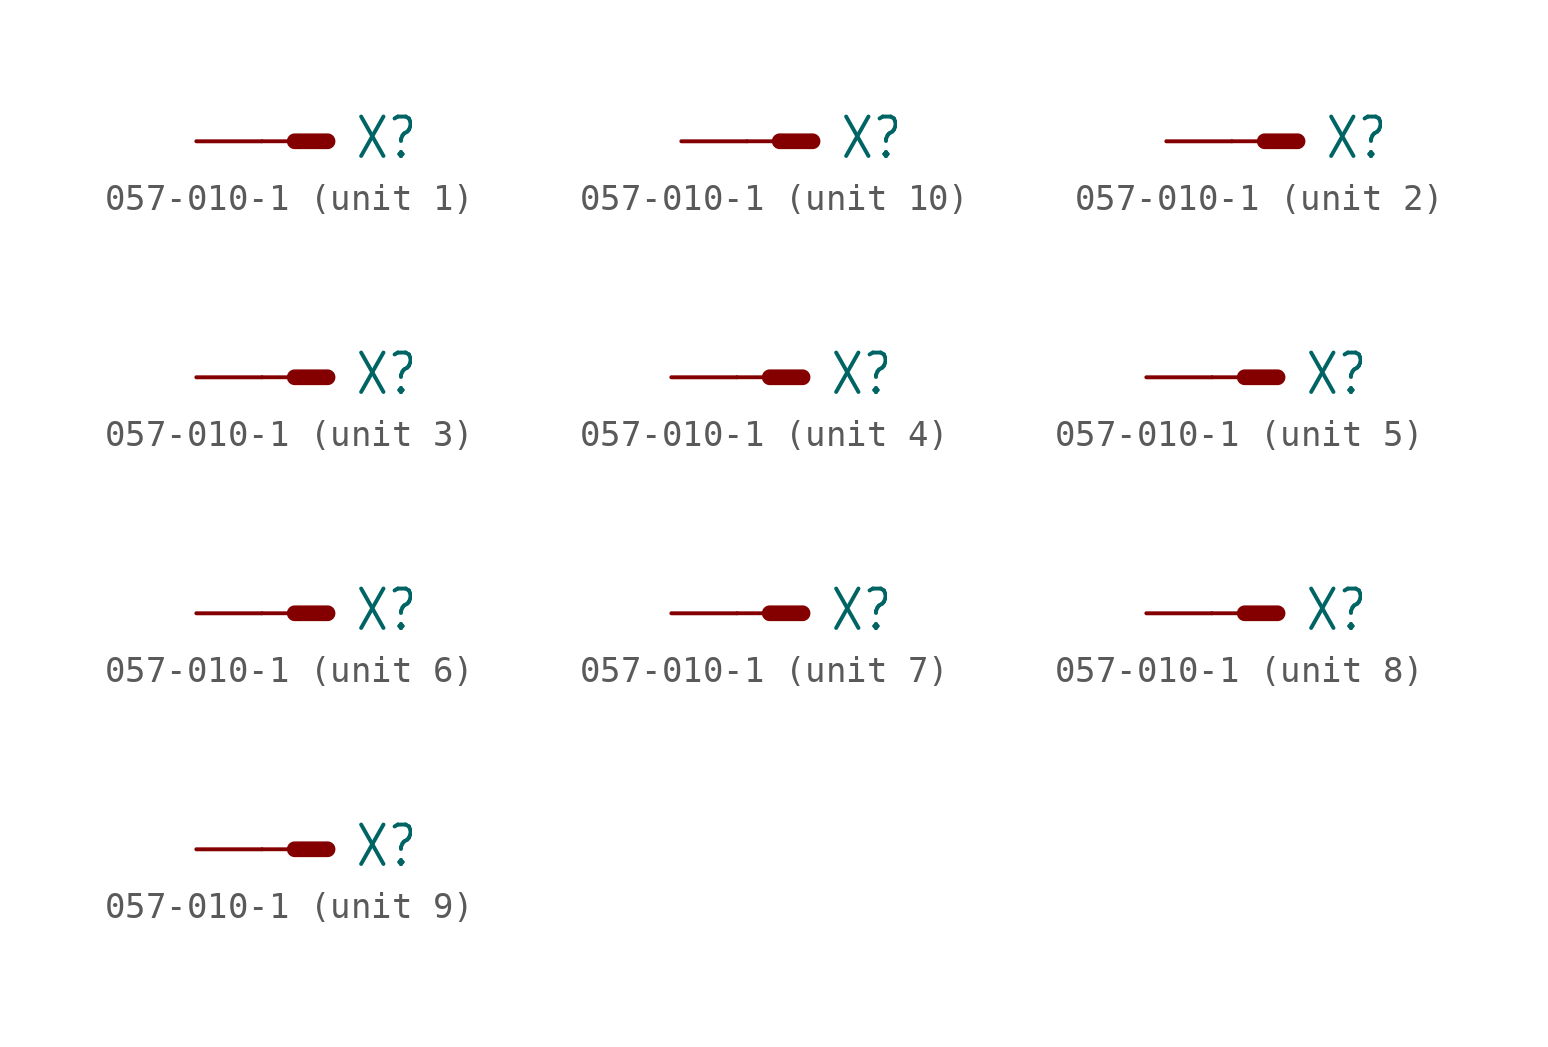
<source format=kicad_sym>
(kicad_symbol_lib
  (version 20211014)
  (generator kicad_symbol_editor)
  (symbol "057-010-1"
    (property "Reference" "X"
      (at 1.016 -0.762 0)
      (effects (font (size 1.524 1.295)) (justify left bottom)))
    (property "ki_locked" ""
      (at 0 0 0)
      (effects (font (size 1.27 1.27))))
    (symbol "057-010-1_1_0"
      (polyline (pts (xy -2.54 0) (xy -1.27 0)) (stroke (width 0.152) (type default) (color 0 0 0 0)) (fill (type none)))
      (polyline (pts (xy 0 0) (xy -1.27 0)) (stroke (width 0.61) (type default) (color 0 0 0 0)) (fill (type none)))
      (pin passive line (at -5.08 0 0) (length 2.54) (name "S" (effects (font (size 0 0)))) (number "1" (effects (font (size 0 0))))))
    (symbol "057-010-1_2_0"
      (polyline (pts (xy -2.54 0) (xy -1.27 0)) (stroke (width 0.152) (type default) (color 0 0 0 0)) (fill (type none)))
      (polyline (pts (xy 0 0) (xy -1.27 0)) (stroke (width 0.61) (type default) (color 0 0 0 0)) (fill (type none)))
      (pin passive line (at -5.08 0 0) (length 2.54) (name "S" (effects (font (size 0 0)))) (number "2" (effects (font (size 0 0))))))
    (symbol "057-010-1_3_0"
      (polyline (pts (xy -2.54 0) (xy -1.27 0)) (stroke (width 0.152) (type default) (color 0 0 0 0)) (fill (type none)))
      (polyline (pts (xy 0 0) (xy -1.27 0)) (stroke (width 0.61) (type default) (color 0 0 0 0)) (fill (type none)))
      (pin passive line (at -5.08 0 0) (length 2.54) (name "S" (effects (font (size 0 0)))) (number "3" (effects (font (size 0 0))))))
    (symbol "057-010-1_4_0"
      (polyline (pts (xy -2.54 0) (xy -1.27 0)) (stroke (width 0.152) (type default) (color 0 0 0 0)) (fill (type none)))
      (polyline (pts (xy 0 0) (xy -1.27 0)) (stroke (width 0.61) (type default) (color 0 0 0 0)) (fill (type none)))
      (pin passive line (at -5.08 0 0) (length 2.54) (name "S" (effects (font (size 0 0)))) (number "4" (effects (font (size 0 0))))))
    (symbol "057-010-1_5_0"
      (polyline (pts (xy -2.54 0) (xy -1.27 0)) (stroke (width 0.152) (type default) (color 0 0 0 0)) (fill (type none)))
      (polyline (pts (xy 0 0) (xy -1.27 0)) (stroke (width 0.61) (type default) (color 0 0 0 0)) (fill (type none)))
      (pin passive line (at -5.08 0 0) (length 2.54) (name "S" (effects (font (size 0 0)))) (number "5" (effects (font (size 0 0))))))
    (symbol "057-010-1_6_0"
      (polyline (pts (xy -2.54 0) (xy -1.27 0)) (stroke (width 0.152) (type default) (color 0 0 0 0)) (fill (type none)))
      (polyline (pts (xy 0 0) (xy -1.27 0)) (stroke (width 0.61) (type default) (color 0 0 0 0)) (fill (type none)))
      (pin passive line (at -5.08 0 0) (length 2.54) (name "S" (effects (font (size 0 0)))) (number "6" (effects (font (size 0 0))))))
    (symbol "057-010-1_7_0"
      (polyline (pts (xy -2.54 0) (xy -1.27 0)) (stroke (width 0.152) (type default) (color 0 0 0 0)) (fill (type none)))
      (polyline (pts (xy 0 0) (xy -1.27 0)) (stroke (width 0.61) (type default) (color 0 0 0 0)) (fill (type none)))
      (pin passive line (at -5.08 0 0) (length 2.54) (name "S" (effects (font (size 0 0)))) (number "7" (effects (font (size 0 0))))))
    (symbol "057-010-1_8_0"
      (polyline (pts (xy -2.54 0) (xy -1.27 0)) (stroke (width 0.152) (type default) (color 0 0 0 0)) (fill (type none)))
      (polyline (pts (xy 0 0) (xy -1.27 0)) (stroke (width 0.61) (type default) (color 0 0 0 0)) (fill (type none)))
      (pin passive line (at -5.08 0 0) (length 2.54) (name "S" (effects (font (size 0 0)))) (number "8" (effects (font (size 0 0))))))
    (symbol "057-010-1_9_0"
      (polyline (pts (xy -2.54 0) (xy -1.27 0)) (stroke (width 0.152) (type default) (color 0 0 0 0)) (fill (type none)))
      (polyline (pts (xy 0 0) (xy -1.27 0)) (stroke (width 0.61) (type default) (color 0 0 0 0)) (fill (type none)))
      (pin passive line (at -5.08 0 0) (length 2.54) (name "S" (effects (font (size 0 0)))) (number "9" (effects (font (size 0 0))))))
    (symbol "057-010-1_10_0"
      (polyline (pts (xy -2.54 0) (xy -1.27 0)) (stroke (width 0.152) (type default) (color 0 0 0 0)) (fill (type none)))
      (polyline (pts (xy 0 0) (xy -1.27 0)) (stroke (width 0.61) (type default) (color 0 0 0 0)) (fill (type none)))
      (pin passive line (at -5.08 0 0) (length 2.54) (name "S" (effects (font (size 0 0)))) (number "10" (effects (font (size 0 0))))))))
</source>
